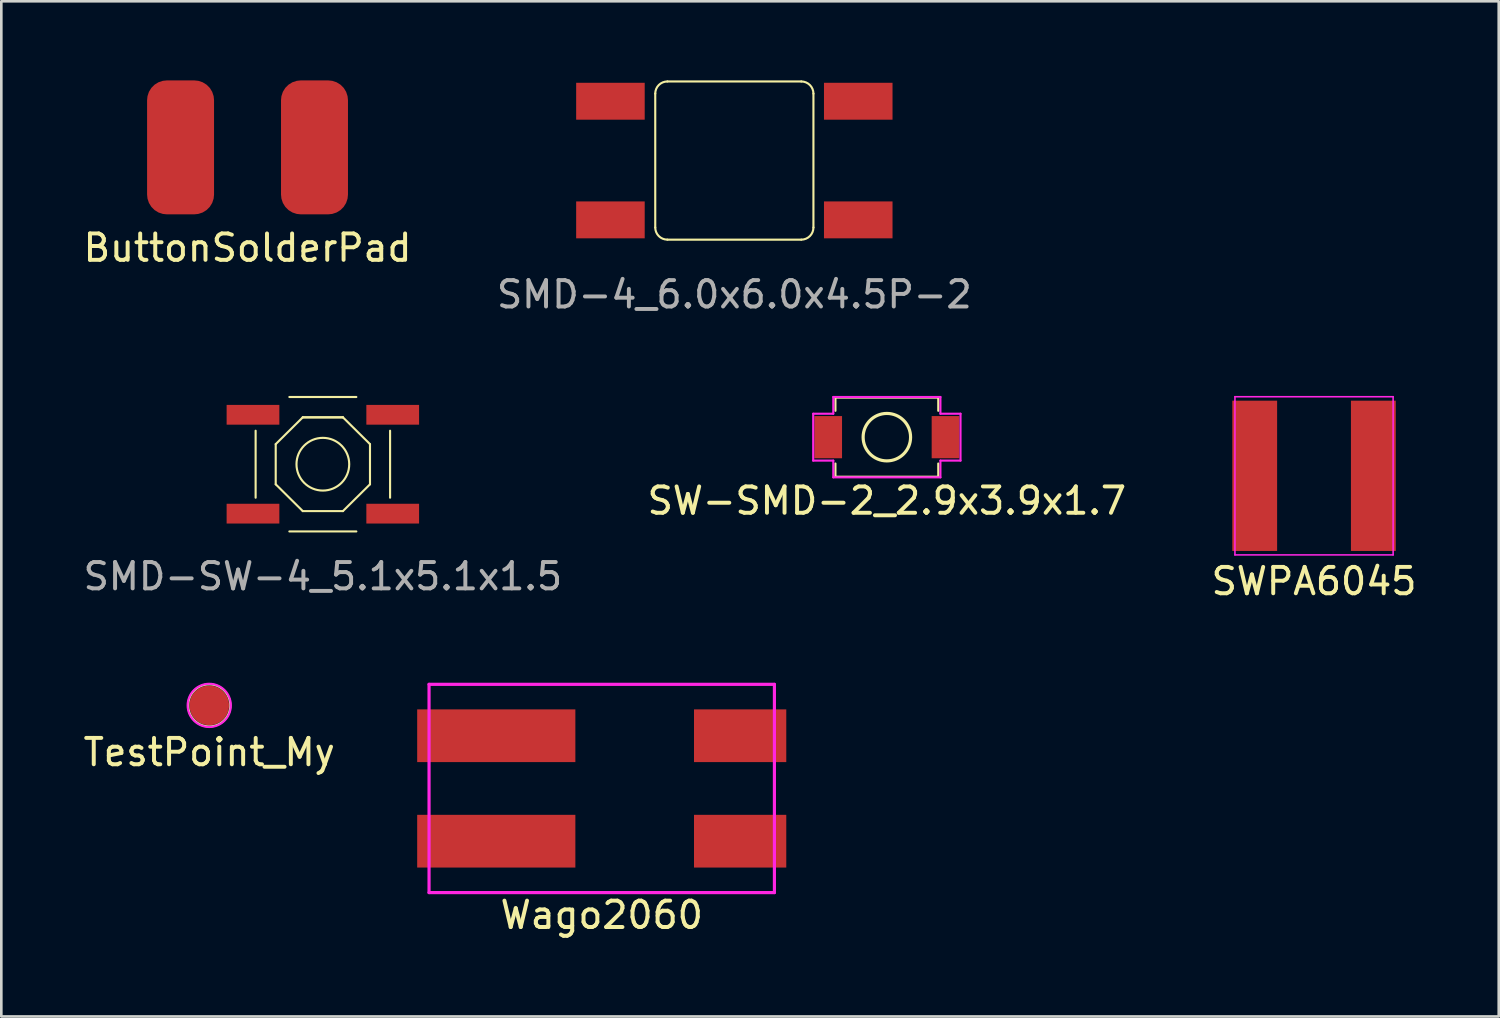
<source format=kicad_pcb>
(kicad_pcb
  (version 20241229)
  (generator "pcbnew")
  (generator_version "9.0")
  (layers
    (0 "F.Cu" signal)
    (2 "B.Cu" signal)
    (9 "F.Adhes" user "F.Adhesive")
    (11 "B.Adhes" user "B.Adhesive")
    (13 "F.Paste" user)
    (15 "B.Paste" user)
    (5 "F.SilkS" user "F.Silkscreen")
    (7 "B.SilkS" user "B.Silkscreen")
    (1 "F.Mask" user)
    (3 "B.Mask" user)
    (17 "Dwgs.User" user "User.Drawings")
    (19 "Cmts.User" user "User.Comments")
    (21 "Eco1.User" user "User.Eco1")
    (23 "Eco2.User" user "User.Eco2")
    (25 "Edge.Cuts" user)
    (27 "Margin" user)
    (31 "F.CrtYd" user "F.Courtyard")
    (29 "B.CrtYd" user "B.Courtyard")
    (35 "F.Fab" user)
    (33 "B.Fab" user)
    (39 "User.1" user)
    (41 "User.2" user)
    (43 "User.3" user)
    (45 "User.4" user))
  (footprint "SMD-4_6.0x6.0x4.5P-2"
    (layer "F.Cu")
    (at 24.804 3.04)
    (property "Reference" "SMD-4_6.0x6.0x4.5P-2" (at 0 5.08 0) (layer "F.Fab") (effects (font (size 1 1) (thickness 0.15))))
    (attr through_hole)
    (fp_line (start -3 2.54) (end -3 -2.54) (stroke (width 0.08) (type solid)) (layer "F.SilkS"))
    (fp_line (start -2.54 -3) (end 2.54 -3) (stroke (width 0.08) (type solid)) (layer "F.SilkS"))
    (fp_line (start 2.54 3) (end -2.54 3) (stroke (width 0.08) (type solid)) (layer "F.SilkS"))
    (fp_line (start 3 -2.54) (end 3 2.54) (stroke (width 0.08) (type solid)) (layer "F.SilkS"))
    (fp_arc (start -3 -2.54) (mid -2.865269 -2.865269) (end -2.54 -3) (stroke (width 0.08) (type solid)) (layer "F.SilkS"))
    (fp_arc (start -2.54 3) (mid -2.865269 2.865269) (end -3 2.54) (stroke (width 0.08) (type solid)) (layer "F.SilkS"))
    (fp_arc (start 2.54 -3) (mid 2.865269 -2.865269) (end 3 -2.54) (stroke (width 0.08) (type solid)) (layer "F.SilkS"))
    (fp_arc (start 3 2.54) (mid 2.865269 2.865269) (end 2.54 3) (stroke (width 0.08) (type solid)) (layer "F.SilkS"))
    (pad "1" smd rect (at -4.7 -2.25) (size 2.6 1.4) (layers "F.Cu" "F.Mask" "F.Paste"))
    (pad "2" smd rect (at -4.7 2.25) (size 2.6 1.4) (layers "F.Cu" "F.Mask" "F.Paste"))
    (pad "3" smd rect (at 4.7 -2.25 180) (size 2.6 1.4) (layers "F.Cu" "F.Mask" "F.Paste"))
    (pad "4" smd rect (at 4.7 2.25 180) (size 2.6 1.4) (layers "F.Cu" "F.Mask" "F.Paste")))
  (footprint "SMD-SW-4_5.1x5.1x1.5"
    (layer "F.Cu")
    (at 9.196 14.558)
    (property "Reference" "SMD-SW-4_5.1x5.1x1.5" (at 0 4.255 0) (layer "F.Fab") (effects (font (size 1 1) (thickness 0.15))))
    (attr through_hole)
    (fp_line (start -2.55 1.27) (end -2.55 -1.27) (stroke (width 0.08) (type solid)) (layer "F.SilkS"))
    (fp_line (start -1.788 -0.762) (end -0.762 -1.778) (stroke (width 0.08) (type solid)) (layer "F.SilkS"))
    (fp_line (start -1.788 0.762) (end -1.788 -0.762) (stroke (width 0.08) (type solid)) (layer "F.SilkS"))
    (fp_line (start -1.788 0.762) (end -0.762 1.778) (stroke (width 0.08) (type solid)) (layer "F.SilkS"))
    (fp_line (start -1.27 -2.55) (end 1.27 -2.55) (stroke (width 0.08) (type solid)) (layer "F.SilkS"))
    (fp_line (start -0.762 -1.778) (end 0.762 -1.778) (stroke (width 0.08) (type solid)) (layer "F.SilkS"))
    (fp_line (start -0.762 -1.778) (end 0.762 -1.778) (stroke (width 0.08) (type solid)) (layer "F.SilkS"))
    (fp_line (start 0.762 -1.778) (end 1.788 -0.762) (stroke (width 0.08) (type solid)) (layer "F.SilkS"))
    (fp_line (start 0.762 1.778) (end -0.762 1.778) (stroke (width 0.08) (type solid)) (layer "F.SilkS"))
    (fp_line (start 1.27 2.55) (end -1.27 2.55) (stroke (width 0.08) (type solid)) (layer "F.SilkS"))
    (fp_line (start 1.788 -0.762) (end 1.788 0.762) (stroke (width 0.08) (type solid)) (layer "F.SilkS"))
    (fp_line (start 1.788 0.762) (end 0.762 1.778) (stroke (width 0.08) (type solid)) (layer "F.SilkS"))
    (fp_line (start 2.55 -1.27) (end 2.55 1.27) (stroke (width 0.08) (type solid)) (layer "F.SilkS"))
    (fp_circle (center 0 0) (end 1 0) (stroke (width 0.08) (type solid)) (fill no) (layer "F.SilkS"))
    (pad "1" smd rect (at -3 -1.875) (size 2 0.75) (drill (offset 0.35 0)) (layers "F.Cu" "F.Mask" "F.Paste"))
    (pad "2" smd rect (at 3 -1.875 180) (size 2 0.75) (drill (offset 0.35 0)) (layers "F.Cu" "F.Mask" "F.Paste"))
    (pad "3" smd rect (at -3 1.875) (size 2 0.75) (drill (offset 0.35 0)) (layers "F.Cu" "F.Mask" "F.Paste"))
    (pad "4" smd rect (at 3 1.875 180) (size 2 0.75) (drill (offset 0.35 0)) (layers "F.Cu" "F.Mask" "F.Paste")))
  (footprint "TestPoint_My"
    (layer "F.Cu")
    (at 4.887 23.706)
    (property "Reference" "TestPoint_My" (at 0 1.778 0) (layer "F.SilkS") (effects (font (size 1 1) (thickness 0.15))))
    (attr through_hole)
    (fp_circle (center 0 0) (end 0.8 0) (stroke (width 0.08) (type solid)) (fill no) (layer "F.SilkS"))
    (fp_circle (center 0 0) (end 0.82 0) (stroke (width 0.08) (type solid)) (fill no) (layer "F.CrtYd"))
    (pad "1" smd circle (at 0 0) (size 1.5 1.5) (layers "F.Cu" "F.Mask" "F.Paste")))
  (footprint "SWPA6045"
    (layer "F.Cu")
    (at 46.792 14.998)
    (property "Reference" "SWPA6045" (at 0 4 0) (layer "F.SilkS") (effects (font (size 1 1) (thickness 0.15))))
    (attr through_hole)
    (fp_line (start -3 -3) (end 3 -3) (stroke (width 0.06) (type solid)) (layer "F.CrtYd"))
    (fp_line (start -3 3) (end -3 -3) (stroke (width 0.06) (type solid)) (layer "F.CrtYd"))
    (fp_line (start 3 -3) (end 3 3) (stroke (width 0.06) (type solid)) (layer "F.CrtYd"))
    (fp_line (start 3 3) (end -3 3) (stroke (width 0.06) (type solid)) (layer "F.CrtYd"))
    (pad "1" smd rect (at -2.25 0) (size 1.7 5.7) (layers "F.Cu" "F.Mask" "F.Paste"))
    (pad "2" smd rect (at 2.25 0) (size 1.7 5.7) (layers "F.Cu" "F.Mask" "F.Paste")))
  (footprint "SW-SMD-2_2.9x3.9x1.7"
    (layer "F.Cu")
    (at 30.589 13.532)
    (property "Reference" "SW-SMD-2_2.9x3.9x1.7" (at 0 2.413 0) (layer "F.SilkS") (effects (font (size 1 1) (thickness 0.15))))
    (attr through_hole)
    (fp_line (start -1.95 -1.5) (end -1.95 -1) (stroke (width 0.08) (type solid)) (layer "F.SilkS"))
    (fp_line (start -1.95 -1.5) (end 1.95 -1.5) (stroke (width 0.08) (type solid)) (layer "F.SilkS"))
    (fp_line (start -1.95 1.5) (end -1.95 1) (stroke (width 0.08) (type solid)) (layer "F.SilkS"))
    (fp_line (start 1.95 -1.5) (end 1.95 -1) (stroke (width 0.08) (type solid)) (layer "F.SilkS"))
    (fp_line (start 1.95 1.5) (end -1.95 1.5) (stroke (width 0.08) (type solid)) (layer "F.SilkS"))
    (fp_line (start 1.95 1.5) (end 1.95 1) (stroke (width 0.08) (type solid)) (layer "F.SilkS"))
    (fp_circle (center 0 0) (end 0.9 0) (stroke (width 0.12) (type solid)) (fill no) (layer "F.SilkS"))
    (fp_line (start -2.794 -0.889) (end -2.032 -0.889) (stroke (width 0.08) (type solid)) (layer "F.CrtYd"))
    (fp_line (start -2.794 0.889) (end -2.794 -0.889) (stroke (width 0.08) (type solid)) (layer "F.CrtYd"))
    (fp_line (start -2.032 -1.524) (end 2.032 -1.524) (stroke (width 0.08) (type solid)) (layer "F.CrtYd"))
    (fp_line (start -2.032 -0.889) (end -2.032 -1.524) (stroke (width 0.08) (type solid)) (layer "F.CrtYd"))
    (fp_line (start -2.032 0.889) (end -2.794 0.889) (stroke (width 0.08) (type solid)) (layer "F.CrtYd"))
    (fp_line (start -2.032 1.524) (end -2.032 0.889) (stroke (width 0.08) (type solid)) (layer "F.CrtYd"))
    (fp_line (start 2.032 -1.524) (end 2.032 -0.889) (stroke (width 0.08) (type solid)) (layer "F.CrtYd"))
    (fp_line (start 2.032 -0.889) (end 2.794 -0.889) (stroke (width 0.08) (type solid)) (layer "F.CrtYd"))
    (fp_line (start 2.032 0.889) (end 2.032 1.524) (stroke (width 0.08) (type solid)) (layer "F.CrtYd"))
    (fp_line (start 2.032 1.524) (end -2.032 1.524) (stroke (width 0.08) (type solid)) (layer "F.CrtYd"))
    (fp_line (start 2.794 -0.889) (end 2.794 0.889) (stroke (width 0.08) (type solid)) (layer "F.CrtYd"))
    (fp_line (start 2.794 0.889) (end 2.032 0.889) (stroke (width 0.08) (type solid)) (layer "F.CrtYd"))
    (pad "1" smd rect (at -2.225 0) (size 1.05 1.6) (layers "F.Cu" "F.Mask" "F.Paste"))
    (pad "2" smd rect (at 2.225 0) (size 1.05 1.6) (layers "F.Cu" "F.Mask" "F.Paste")))
  (footprint "Wago2060"
    (layer "F.Cu")
    (at 19.774 26.857)
    (property "Reference" "Wago2060" (at 0 4.8 0) (layer "F.SilkS") (effects (font (size 1 1) (thickness 0.15))))
    (attr through_hole)
    (fp_line (start -6.55 -3.95) (end -6.55 3.95) (stroke (width 0.12) (type solid)) (layer "F.CrtYd"))
    (fp_line (start -6.55 -3.95) (end 6.55 -3.95) (stroke (width 0.12) (type solid)) (layer "F.CrtYd"))
    (fp_line (start -6.55 3.95) (end 6.55 3.95) (stroke (width 0.12) (type solid)) (layer "F.CrtYd"))
    (fp_line (start 6.55 3.95) (end 6.55 -3.95) (stroke (width 0.12) (type solid)) (layer "F.CrtYd"))
    (pad "1" smd rect (at -4 -2) (size 6 2) (layers "F.Cu" "F.Mask" "F.Paste"))
    (pad "1" smd rect (at 5.25 -2) (size 3.5 2) (layers "F.Cu" "F.Mask" "F.Paste"))
    (pad "2" smd rect (at -4 2) (size 6 2) (layers "F.Cu" "F.Mask" "F.Paste"))
    (pad "2" smd rect (at 5.25 2) (size 3.5 2) (layers "F.Cu" "F.Mask" "F.Paste")))
  (footprint "ButtonSolderPad"
    (layer "F.Cu")
    (at 6.339 2.54)
    (property "Reference" "ButtonSolderPad" (at 0 3.81 0) (layer "F.SilkS") (effects (font (size 1 1) (thickness 0.15))))
    (attr through_hole)
    (pad "1" smd roundrect (at -2.54 0) (size 2.54 5.08) (layers "F.Cu" "F.Mask" "F.Paste") (roundrect_rratio 0.295))
    (pad "2" smd roundrect (at 2.54 0 180) (size 2.54 5.08) (layers "F.Cu" "F.Mask" "F.Paste") (roundrect_rratio 0.295)))
  (gr_rect
    (start -3 -3)
    (end 53.798 35.505)
    (stroke (width 0.1) (type default))
    (fill no)
    (layer "Edge.Cuts")))
</source>
